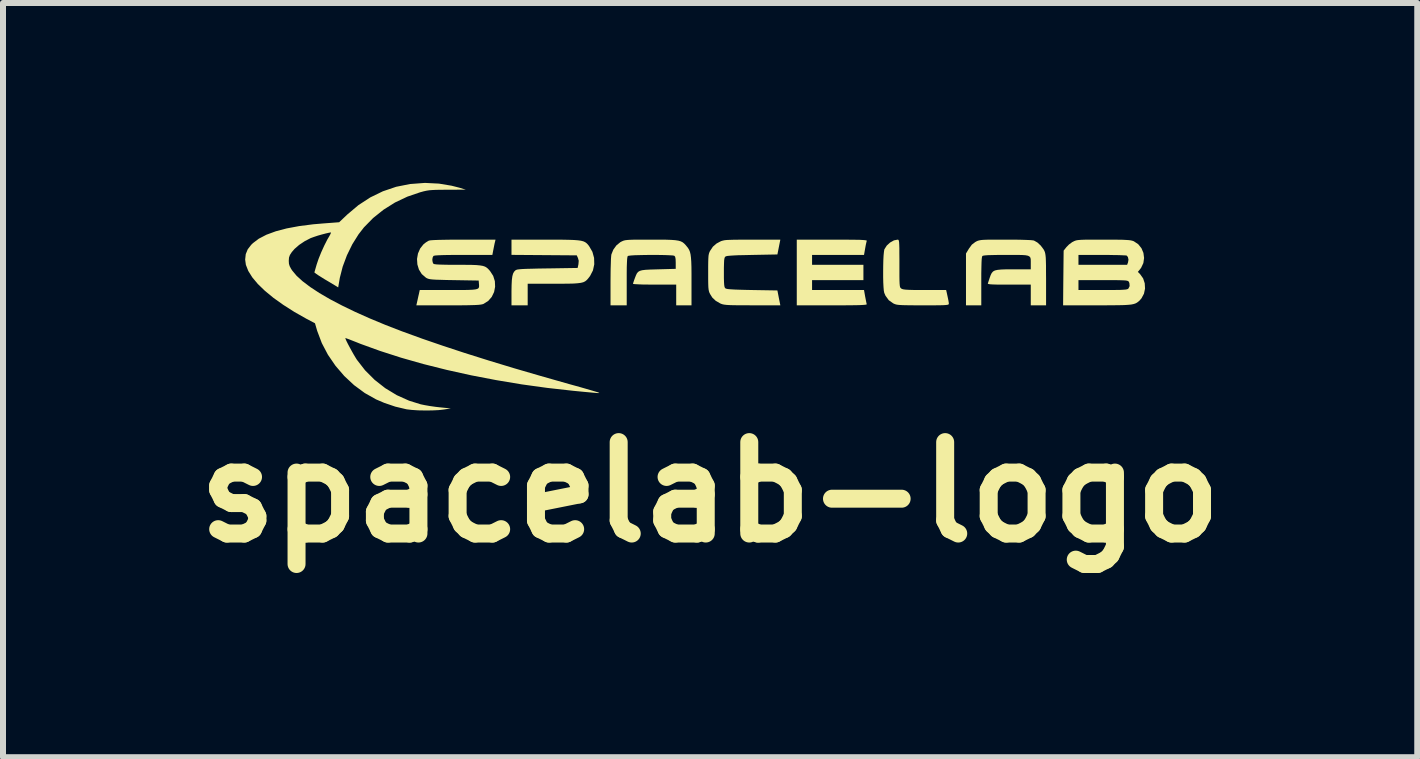
<source format=kicad_pcb>
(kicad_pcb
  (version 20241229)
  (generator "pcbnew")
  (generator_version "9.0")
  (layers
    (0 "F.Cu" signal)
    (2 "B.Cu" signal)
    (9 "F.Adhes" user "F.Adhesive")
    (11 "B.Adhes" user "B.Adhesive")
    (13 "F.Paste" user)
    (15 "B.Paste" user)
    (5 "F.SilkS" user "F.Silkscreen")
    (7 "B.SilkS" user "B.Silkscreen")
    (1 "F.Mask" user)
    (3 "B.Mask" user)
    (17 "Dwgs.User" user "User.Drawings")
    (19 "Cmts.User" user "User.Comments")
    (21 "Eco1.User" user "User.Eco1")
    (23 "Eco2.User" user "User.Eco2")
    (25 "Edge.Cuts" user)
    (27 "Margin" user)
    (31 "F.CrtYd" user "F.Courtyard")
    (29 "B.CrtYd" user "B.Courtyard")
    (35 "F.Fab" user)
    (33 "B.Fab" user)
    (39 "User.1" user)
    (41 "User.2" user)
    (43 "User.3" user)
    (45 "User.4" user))
  (footprint "spacelab-logo"
    (layer "F.Cu")
    (at 8.538 1.905)
    (property "Reference" "spacelab-logo" (at 0.25 3.25 0) (layer "F.SilkS") (effects (font (size 1.524 1.524) (thickness 0.3))))
    (attr board_only exclude_from_pos_files exclude_from_bom)
    (fp_poly (pts (xy 2.436 -0.96) (xy 2.562 -0.959) (xy 2.662 -0.958) (xy 2.739 -0.957) (xy 2.796 -0.954) (xy 2.833 -0.951) (xy 2.855 -0.947) (xy 2.862 -0.943) (xy 2.862 -0.941) (xy 2.856 -0.918) (xy 2.846 -0.874) (xy 2.836 -0.819) (xy 2.835 -0.814) (xy 2.816 -0.705) (xy 1.95 -0.705) (xy 1.95 -0.54) (xy 2.806 -0.54) (xy 2.806 -0.285) (xy 1.95 -0.285) (xy 1.95 -0.12) (xy 2.816 -0.12) (xy 2.835 -0.011) (xy 2.846 0.045) (xy 2.855 0.09) (xy 2.861 0.115) (xy 2.862 0.116) (xy 2.858 0.121) (xy 2.84 0.125) (xy 2.807 0.128) (xy 2.756 0.131) (xy 2.684 0.133) (xy 2.59 0.134) (xy 2.471 0.135) (xy 2.325 0.135) (xy 2.282 0.135) (xy 1.695 0.135) (xy 1.695 -0.96) (xy 2.282 -0.96)) (stroke (width 0) (type solid)) (fill yes) (layer "F.SilkS"))
    (fp_poly (pts (xy -2.494 -0.96) (xy -2.338 -0.96) (xy -2.209 -0.959) (xy -2.104 -0.957) (xy -2.02 -0.954) (xy -1.954 -0.949) (xy -1.903 -0.942) (xy -1.864 -0.932) (xy -1.835 -0.919) (xy -1.811 -0.902) (xy -1.79 -0.881) (xy -1.77 -0.856) (xy -1.766 -0.85) (xy -1.712 -0.757) (xy -1.684 -0.655) (xy -1.681 -0.549) (xy -1.703 -0.447) (xy -1.751 -0.354) (xy -1.76 -0.342) (xy -1.785 -0.31) (xy -1.808 -0.285) (xy -1.833 -0.265) (xy -1.864 -0.25) (xy -1.904 -0.24) (xy -1.957 -0.233) (xy -2.026 -0.228) (xy -2.115 -0.226) (xy -2.227 -0.225) (xy -2.352 -0.225) (xy -2.791 -0.225) (xy -2.791 0.135) (xy -3.061 0.135) (xy -3.061 -0.098) (xy -3.059 -0.205) (xy -3.055 -0.287) (xy -3.047 -0.348) (xy -3.035 -0.393) (xy -3.017 -0.426) (xy -2.993 -0.45) (xy -2.981 -0.456) (xy -2.96 -0.462) (xy -2.927 -0.466) (xy -2.879 -0.47) (xy -2.812 -0.473) (xy -2.725 -0.475) (xy -2.614 -0.478) (xy -2.476 -0.48) (xy -2.462 -0.48) (xy -1.958 -0.488) (xy -1.945 -0.549) (xy -1.94 -0.608) (xy -1.953 -0.654) (xy -1.973 -0.698) (xy -3.061 -0.706) (xy -3.061 -0.96)) (stroke (width 0) (type solid)) (fill yes) (layer "F.SilkS"))
    (fp_poly (pts (xy 3.385 -0.959) (xy 3.392 -0.953) (xy 3.397 -0.94) (xy 3.401 -0.915) (xy 3.403 -0.875) (xy 3.405 -0.818) (xy 3.405 -0.739) (xy 3.406 -0.636) (xy 3.406 -0.563) (xy 3.406 -0.444) (xy 3.406 -0.351) (xy 3.407 -0.281) (xy 3.409 -0.231) (xy 3.412 -0.196) (xy 3.416 -0.173) (xy 3.422 -0.159) (xy 3.431 -0.15) (xy 3.439 -0.143) (xy 3.454 -0.136) (xy 3.478 -0.13) (xy 3.513 -0.126) (xy 3.564 -0.123) (xy 3.634 -0.121) (xy 3.728 -0.12) (xy 3.829 -0.12) (xy 4.185 -0.12) (xy 4.193 -0.086) (xy 4.211 -0.003) (xy 4.223 0.055) (xy 4.229 0.092) (xy 4.23 0.109) (xy 4.229 0.116) (xy 4.221 0.122) (xy 4.205 0.127) (xy 4.177 0.13) (xy 4.133 0.133) (xy 4.071 0.134) (xy 3.988 0.135) (xy 3.879 0.135) (xy 3.799 0.135) (xy 3.674 0.135) (xy 3.574 0.134) (xy 3.497 0.133) (xy 3.439 0.131) (xy 3.396 0.128) (xy 3.364 0.124) (xy 3.34 0.118) (xy 3.319 0.11) (xy 3.304 0.103) (xy 3.229 0.05) (xy 3.174 -0.025) (xy 3.153 -0.074) (xy 3.146 -0.11) (xy 3.141 -0.169) (xy 3.137 -0.246) (xy 3.135 -0.335) (xy 3.135 -0.43) (xy 3.136 -0.526) (xy 3.138 -0.615) (xy 3.142 -0.694) (xy 3.148 -0.755) (xy 3.154 -0.794) (xy 3.156 -0.799) (xy 3.195 -0.861) (xy 3.251 -0.912) (xy 3.315 -0.948) (xy 3.377 -0.96)) (stroke (width 0) (type solid)) (fill yes) (layer "F.SilkS"))
    (fp_poly (pts (xy 1.372 -0.713) (xy 0.951 -0.705) (xy 0.819 -0.702) (xy 0.716 -0.7) (xy 0.636 -0.696) (xy 0.578 -0.692) (xy 0.538 -0.688) (xy 0.514 -0.682) (xy 0.505 -0.677) (xy 0.495 -0.665) (xy 0.489 -0.646) (xy 0.484 -0.613) (xy 0.482 -0.563) (xy 0.48 -0.492) (xy 0.48 -0.413) (xy 0.48 -0.32) (xy 0.482 -0.252) (xy 0.485 -0.206) (xy 0.49 -0.175) (xy 0.497 -0.157) (xy 0.505 -0.148) (xy 0.519 -0.142) (xy 0.547 -0.136) (xy 0.592 -0.132) (xy 0.656 -0.128) (xy 0.742 -0.125) (xy 0.854 -0.122) (xy 0.951 -0.12) (xy 1.372 -0.113) (xy 1.396 0.011) (xy 1.421 0.135) (xy 0.954 0.135) (xy 0.823 0.134) (xy 0.717 0.134) (xy 0.635 0.133) (xy 0.572 0.131) (xy 0.525 0.128) (xy 0.489 0.124) (xy 0.462 0.119) (xy 0.44 0.112) (xy 0.42 0.104) (xy 0.344 0.06) (xy 0.287 0.006) (xy 0.25 -0.053) (xy 0.239 -0.075) (xy 0.231 -0.099) (xy 0.225 -0.128) (xy 0.221 -0.168) (xy 0.219 -0.224) (xy 0.218 -0.3) (xy 0.218 -0.4) (xy 0.218 -0.413) (xy 0.218 -0.516) (xy 0.219 -0.594) (xy 0.221 -0.651) (xy 0.224 -0.693) (xy 0.23 -0.724) (xy 0.238 -0.748) (xy 0.248 -0.77) (xy 0.25 -0.773) (xy 0.297 -0.843) (xy 0.357 -0.895) (xy 0.42 -0.929) (xy 0.441 -0.938) (xy 0.463 -0.944) (xy 0.49 -0.95) (xy 0.525 -0.954) (xy 0.573 -0.956) (xy 0.636 -0.958) (xy 0.719 -0.959) (xy 0.825 -0.96) (xy 0.954 -0.96) (xy 1.421 -0.96)) (stroke (width 0) (type solid)) (fill yes) (layer "F.SilkS"))
    (fp_poly (pts (xy 5.313 -0.96) (xy 5.43 -0.958) (xy 5.525 -0.955) (xy 5.595 -0.952) (xy 5.639 -0.947) (xy 5.651 -0.944) (xy 5.707 -0.912) (xy 5.762 -0.861) (xy 5.808 -0.8) (xy 5.823 -0.773) (xy 5.831 -0.752) (xy 5.837 -0.729) (xy 5.842 -0.698) (xy 5.846 -0.657) (xy 5.848 -0.601) (xy 5.85 -0.527) (xy 5.85 -0.431) (xy 5.851 -0.309) (xy 5.851 -0.289) (xy 5.851 0.135) (xy 5.596 0.135) (xy 5.596 -0.21) (xy 5.234 -0.21) (xy 5.117 -0.21) (xy 5.026 -0.211) (xy 4.96 -0.213) (xy 4.915 -0.216) (xy 4.889 -0.221) (xy 4.88 -0.226) (xy 4.88 -0.229) (xy 4.888 -0.253) (xy 4.902 -0.295) (xy 4.912 -0.326) (xy 4.928 -0.37) (xy 4.945 -0.404) (xy 4.967 -0.429) (xy 4.998 -0.446) (xy 5.042 -0.456) (xy 5.104 -0.462) (xy 5.187 -0.465) (xy 5.296 -0.465) (xy 5.306 -0.465) (xy 5.596 -0.465) (xy 5.596 -0.556) (xy 5.596 -0.6) (xy 5.595 -0.635) (xy 5.589 -0.661) (xy 5.574 -0.679) (xy 5.549 -0.692) (xy 5.508 -0.7) (xy 5.449 -0.704) (xy 5.369 -0.705) (xy 5.264 -0.705) (xy 5.186 -0.705) (xy 5.057 -0.705) (xy 4.957 -0.703) (xy 4.881 -0.701) (xy 4.83 -0.697) (xy 4.799 -0.692) (xy 4.789 -0.687) (xy 4.783 -0.672) (xy 4.778 -0.637) (xy 4.775 -0.581) (xy 4.773 -0.502) (xy 4.771 -0.396) (xy 4.771 -0.267) (xy 4.771 0.135) (xy 4.516 0.135) (xy 4.516 -0.729) (xy 4.565 -0.81) (xy 4.614 -0.877) (xy 4.672 -0.921) (xy 4.68 -0.925) (xy 4.7 -0.936) (xy 4.719 -0.943) (xy 4.743 -0.949) (xy 4.774 -0.954) (xy 4.815 -0.957) (xy 4.872 -0.959) (xy 4.947 -0.96) (xy 5.044 -0.96) (xy 5.168 -0.96) (xy 5.177 -0.96)) (stroke (width 0) (type solid)) (fill yes) (layer "F.SilkS"))
    (fp_poly (pts (xy -0.595 -0.96) (xy -0.486 -0.959) (xy -0.399 -0.956) (xy -0.331 -0.951) (xy -0.279 -0.943) (xy -0.24 -0.932) (xy -0.208 -0.916) (xy -0.182 -0.895) (xy -0.157 -0.869) (xy -0.139 -0.847) (xy -0.117 -0.819) (xy -0.099 -0.789) (xy -0.086 -0.756) (xy -0.076 -0.715) (xy -0.069 -0.661) (xy -0.064 -0.593) (xy -0.061 -0.505) (xy -0.06 -0.394) (xy -0.06 -0.272) (xy -0.06 0.135) (xy -0.315 0.135) (xy -0.315 -0.21) (xy -0.675 -0.21) (xy -0.781 -0.211) (xy -0.873 -0.212) (xy -0.948 -0.215) (xy -1.002 -0.218) (xy -1.031 -0.221) (xy -1.035 -0.224) (xy -1.03 -0.244) (xy -1.017 -0.283) (xy -1.003 -0.321) (xy -0.986 -0.365) (xy -0.97 -0.398) (xy -0.95 -0.422) (xy -0.922 -0.439) (xy -0.883 -0.45) (xy -0.827 -0.457) (xy -0.751 -0.461) (xy -0.651 -0.464) (xy -0.617 -0.465) (xy -0.323 -0.473) (xy -0.323 -0.574) (xy -0.325 -0.636) (xy -0.332 -0.673) (xy -0.345 -0.69) (xy -0.368 -0.696) (xy -0.415 -0.699) (xy -0.481 -0.702) (xy -0.562 -0.704) (xy -0.653 -0.705) (xy -0.747 -0.705) (xy -0.841 -0.704) (xy -0.929 -0.702) (xy -1.006 -0.7) (xy -1.068 -0.696) (xy -1.108 -0.691) (xy -1.122 -0.687) (xy -1.128 -0.672) (xy -1.133 -0.637) (xy -1.136 -0.581) (xy -1.139 -0.502) (xy -1.14 -0.396) (xy -1.14 -0.267) (xy -1.14 0.135) (xy -1.41 0.135) (xy -1.41 -0.259) (xy -1.409 -0.368) (xy -1.408 -0.47) (xy -1.405 -0.56) (xy -1.403 -0.634) (xy -1.399 -0.687) (xy -1.396 -0.712) (xy -1.364 -0.792) (xy -1.312 -0.864) (xy -1.246 -0.918) (xy -1.231 -0.926) (xy -1.21 -0.936) (xy -1.19 -0.944) (xy -1.165 -0.95) (xy -1.133 -0.954) (xy -1.09 -0.957) (xy -1.031 -0.959) (xy -0.954 -0.96) (xy -0.854 -0.96) (xy -0.731 -0.96)) (stroke (width 0) (type solid)) (fill yes) (layer "F.SilkS"))
    (fp_poly (pts (xy 6.811 -0.96) (xy 6.94 -0.96) (xy 7.043 -0.959) (xy 7.122 -0.958) (xy 7.183 -0.955) (xy 7.229 -0.952) (xy 7.262 -0.948) (xy 7.288 -0.942) (xy 7.308 -0.935) (xy 7.315 -0.932) (xy 7.387 -0.884) (xy 7.441 -0.817) (xy 7.474 -0.739) (xy 7.485 -0.654) (xy 7.473 -0.57) (xy 7.436 -0.491) (xy 7.418 -0.467) (xy 7.381 -0.422) (xy 7.419 -0.384) (xy 7.469 -0.314) (xy 7.496 -0.232) (xy 7.501 -0.144) (xy 7.483 -0.059) (xy 7.442 0.018) (xy 7.409 0.056) (xy 7.387 0.075) (xy 7.365 0.091) (xy 7.34 0.104) (xy 7.309 0.114) (xy 7.269 0.122) (xy 7.217 0.127) (xy 7.149 0.131) (xy 7.063 0.133) (xy 6.955 0.134) (xy 6.823 0.135) (xy 6.699 0.135) (xy 6.135 0.135) (xy 6.137 -0.12) (xy 6.391 -0.12) (xy 6.795 -0.12) (xy 6.918 -0.12) (xy 7.015 -0.121) (xy 7.088 -0.122) (xy 7.141 -0.125) (xy 7.179 -0.128) (xy 7.203 -0.133) (xy 7.217 -0.139) (xy 7.223 -0.144) (xy 7.244 -0.185) (xy 7.24 -0.235) (xy 7.231 -0.256) (xy 7.225 -0.265) (xy 7.215 -0.271) (xy 7.198 -0.276) (xy 7.17 -0.28) (xy 7.128 -0.282) (xy 7.068 -0.284) (xy 6.987 -0.285) (xy 6.882 -0.285) (xy 6.803 -0.285) (xy 6.391 -0.285) (xy 6.391 -0.12) (xy 6.137 -0.12) (xy 6.139 -0.321) (xy 6.143 -0.705) (xy 6.391 -0.705) (xy 6.391 -0.54) (xy 7.202 -0.54) (xy 7.217 -0.58) (xy 7.225 -0.627) (xy 7.215 -0.67) (xy 7.196 -0.694) (xy 7.177 -0.697) (xy 7.132 -0.699) (xy 7.065 -0.702) (xy 6.981 -0.703) (xy 6.884 -0.705) (xy 6.785 -0.705) (xy 6.391 -0.705) (xy 6.143 -0.705) (xy 6.144 -0.777) (xy 6.19 -0.835) (xy 6.233 -0.879) (xy 6.286 -0.918) (xy 6.302 -0.926) (xy 6.321 -0.936) (xy 6.342 -0.944) (xy 6.365 -0.95) (xy 6.397 -0.954) (xy 6.439 -0.957) (xy 6.497 -0.959) (xy 6.572 -0.959) (xy 6.671 -0.96) (xy 6.795 -0.96)) (stroke (width 0) (type solid)) (fill yes) (layer "F.SilkS"))
    (fp_poly (pts (xy -3.335 -0.926) (xy -3.343 -0.894) (xy -3.353 -0.844) (xy -3.362 -0.799) (xy -3.38 -0.705) (xy -3.862 -0.705) (xy -4.007 -0.705) (xy -4.124 -0.704) (xy -4.215 -0.702) (xy -4.283 -0.699) (xy -4.329 -0.696) (xy -4.355 -0.691) (xy -4.363 -0.687) (xy -4.376 -0.66) (xy -4.381 -0.623) (xy -4.375 -0.584) (xy -4.363 -0.558) (xy -4.347 -0.552) (xy -4.312 -0.547) (xy -4.255 -0.544) (xy -4.175 -0.542) (xy -4.068 -0.54) (xy -3.957 -0.54) (xy -3.829 -0.54) (xy -3.726 -0.539) (xy -3.646 -0.536) (xy -3.585 -0.53) (xy -3.538 -0.522) (xy -3.502 -0.51) (xy -3.474 -0.493) (xy -3.448 -0.47) (xy -3.423 -0.442) (xy -3.418 -0.436) (xy -3.366 -0.356) (xy -3.338 -0.267) (xy -3.334 -0.175) (xy -3.351 -0.087) (xy -3.39 -0.006) (xy -3.448 0.061) (xy -3.525 0.11) (xy -3.529 0.112) (xy -3.548 0.118) (xy -3.575 0.123) (xy -3.612 0.127) (xy -3.662 0.13) (xy -3.728 0.132) (xy -3.815 0.134) (xy -3.923 0.135) (xy -4.058 0.135) (xy -4.116 0.135) (xy -4.647 0.135) (xy -4.626 0.041) (xy -4.614 -0.014) (xy -4.603 -0.061) (xy -4.598 -0.086) (xy -4.59 -0.12) (xy -4.112 -0.12) (xy -3.974 -0.12) (xy -3.863 -0.12) (xy -3.776 -0.122) (xy -3.711 -0.125) (xy -3.664 -0.13) (xy -3.632 -0.138) (xy -3.613 -0.149) (xy -3.604 -0.164) (xy -3.601 -0.183) (xy -3.602 -0.208) (xy -3.603 -0.22) (xy -3.608 -0.278) (xy -4.021 -0.285) (xy -4.143 -0.287) (xy -4.239 -0.29) (xy -4.313 -0.292) (xy -4.367 -0.295) (xy -4.407 -0.299) (xy -4.436 -0.304) (xy -4.458 -0.311) (xy -4.476 -0.319) (xy -4.49 -0.328) (xy -4.557 -0.386) (xy -4.604 -0.461) (xy -4.63 -0.547) (xy -4.636 -0.638) (xy -4.62 -0.729) (xy -4.583 -0.813) (xy -4.529 -0.881) (xy -4.488 -0.914) (xy -4.447 -0.939) (xy -4.436 -0.944) (xy -4.408 -0.949) (xy -4.351 -0.953) (xy -4.267 -0.956) (xy -4.158 -0.958) (xy -4.024 -0.96) (xy -3.867 -0.96) (xy -3.327 -0.96)) (stroke (width 0) (type solid)) (fill yes) (layer "F.SilkS"))
    (fp_poly (pts (xy -4.27 -1.894) (xy -4.06 -1.859) (xy -3.93 -1.826) (xy -3.822 -1.793) (xy -4.128 -1.792) (xy -4.234 -1.791) (xy -4.316 -1.79) (xy -4.38 -1.787) (xy -4.432 -1.783) (xy -4.477 -1.776) (xy -4.523 -1.766) (xy -4.574 -1.752) (xy -4.579 -1.751) (xy -4.796 -1.677) (xy -5.003 -1.579) (xy -5.194 -1.459) (xy -5.368 -1.32) (xy -5.521 -1.164) (xy -5.611 -1.048) (xy -5.715 -0.882) (xy -5.804 -0.7) (xy -5.875 -0.51) (xy -5.923 -0.323) (xy -5.93 -0.281) (xy -5.95 -0.164) (xy -6.114 -0.263) (xy -6.18 -0.302) (xy -6.239 -0.339) (xy -6.285 -0.368) (xy -6.312 -0.387) (xy -6.313 -0.387) (xy -6.347 -0.413) (xy -6.309 -0.545) (xy -6.277 -0.64) (xy -6.233 -0.749) (xy -6.183 -0.859) (xy -6.132 -0.96) (xy -6.099 -1.016) (xy -6.079 -1.053) (xy -6.07 -1.076) (xy -6.072 -1.08) (xy -6.104 -1.075) (xy -6.157 -1.063) (xy -6.222 -1.046) (xy -6.289 -1.027) (xy -6.352 -1.006) (xy -6.402 -0.988) (xy -6.412 -0.984) (xy -6.51 -0.933) (xy -6.601 -0.872) (xy -6.678 -0.805) (xy -6.723 -0.753) (xy -6.755 -0.704) (xy -6.77 -0.661) (xy -6.774 -0.608) (xy -6.774 -0.606) (xy -6.771 -0.558) (xy -6.759 -0.518) (xy -6.735 -0.473) (xy -6.715 -0.443) (xy -6.643 -0.357) (xy -6.543 -0.266) (xy -6.416 -0.17) (xy -6.264 -0.07) (xy -6.087 0.033) (xy -5.887 0.138) (xy -5.666 0.245) (xy -5.424 0.353) (xy -5.162 0.462) (xy -4.883 0.57) (xy -4.866 0.576) (xy -4.55 0.691) (xy -4.209 0.808) (xy -3.842 0.929) (xy -3.448 1.053) (xy -3.027 1.181) (xy -2.577 1.312) (xy -2.099 1.448) (xy -2.012 1.472) (xy -1.908 1.501) (xy -1.814 1.528) (xy -1.732 1.552) (xy -1.668 1.571) (xy -1.624 1.584) (xy -1.606 1.591) (xy -1.6 1.594) (xy -1.598 1.597) (xy -1.604 1.598) (xy -1.62 1.598) (xy -1.649 1.596) (xy -1.695 1.592) (xy -1.76 1.586) (xy -1.848 1.578) (xy -1.961 1.567) (xy -2.033 1.56) (xy -2.462 1.512) (xy -2.89 1.453) (xy -3.315 1.382) (xy -3.732 1.302) (xy -4.138 1.212) (xy -4.529 1.114) (xy -4.902 1.008) (xy -5.253 0.895) (xy -5.579 0.777) (xy -5.641 0.752) (xy -5.71 0.725) (xy -5.768 0.702) (xy -5.81 0.687) (xy -5.83 0.68) (xy -5.831 0.68) (xy -5.827 0.696) (xy -5.812 0.731) (xy -5.787 0.781) (xy -5.755 0.841) (xy -5.721 0.903) (xy -5.687 0.963) (xy -5.655 1.016) (xy -5.638 1.043) (xy -5.502 1.218) (xy -5.343 1.377) (xy -5.166 1.516) (xy -4.973 1.633) (xy -4.768 1.725) (xy -4.575 1.785) (xy -4.507 1.799) (xy -4.421 1.814) (xy -4.329 1.827) (xy -4.261 1.835) (xy -4.073 1.854) (xy -4.19 1.872) (xy -4.277 1.882) (xy -4.384 1.887) (xy -4.499 1.888) (xy -4.615 1.886) (xy -4.721 1.879) (xy -4.808 1.869) (xy -4.817 1.867) (xy -4.998 1.824) (xy -5.183 1.761) (xy -5.319 1.703) (xy -5.507 1.597) (xy -5.685 1.466) (xy -5.849 1.313) (xy -5.995 1.143) (xy -6.121 0.959) (xy -6.223 0.765) (xy -6.299 0.564) (xy -6.303 0.551) (xy -6.337 0.434) (xy -6.476 0.361) (xy -6.681 0.245) (xy -6.866 0.127) (xy -7.03 0.01) (xy -7.171 -0.106) (xy -7.289 -0.22) (xy -7.382 -0.331) (xy -7.449 -0.438) (xy -7.489 -0.54) (xy -7.501 -0.628) (xy -7.491 -0.719) (xy -7.458 -0.799) (xy -7.4 -0.874) (xy -7.371 -0.902) (xy -7.273 -0.976) (xy -7.146 -1.042) (xy -6.991 -1.099) (xy -6.809 -1.147) (xy -6.6 -1.186) (xy -6.365 -1.216) (xy -6.187 -1.231) (xy -5.934 -1.25) (xy -5.798 -1.379) (xy -5.613 -1.535) (xy -5.415 -1.664) (xy -5.205 -1.766) (xy -4.984 -1.841) (xy -4.753 -1.887) (xy -4.514 -1.905) (xy -4.487 -1.905)) (stroke (width 0) (type solid)) (fill yes) (layer "F.SilkS")))
  (gr_rect
    (start -3 -3)
    (end 20.577 9.573)
    (stroke (width 0.1) (type default))
    (fill no)
    (layer "Edge.Cuts")))
</source>
